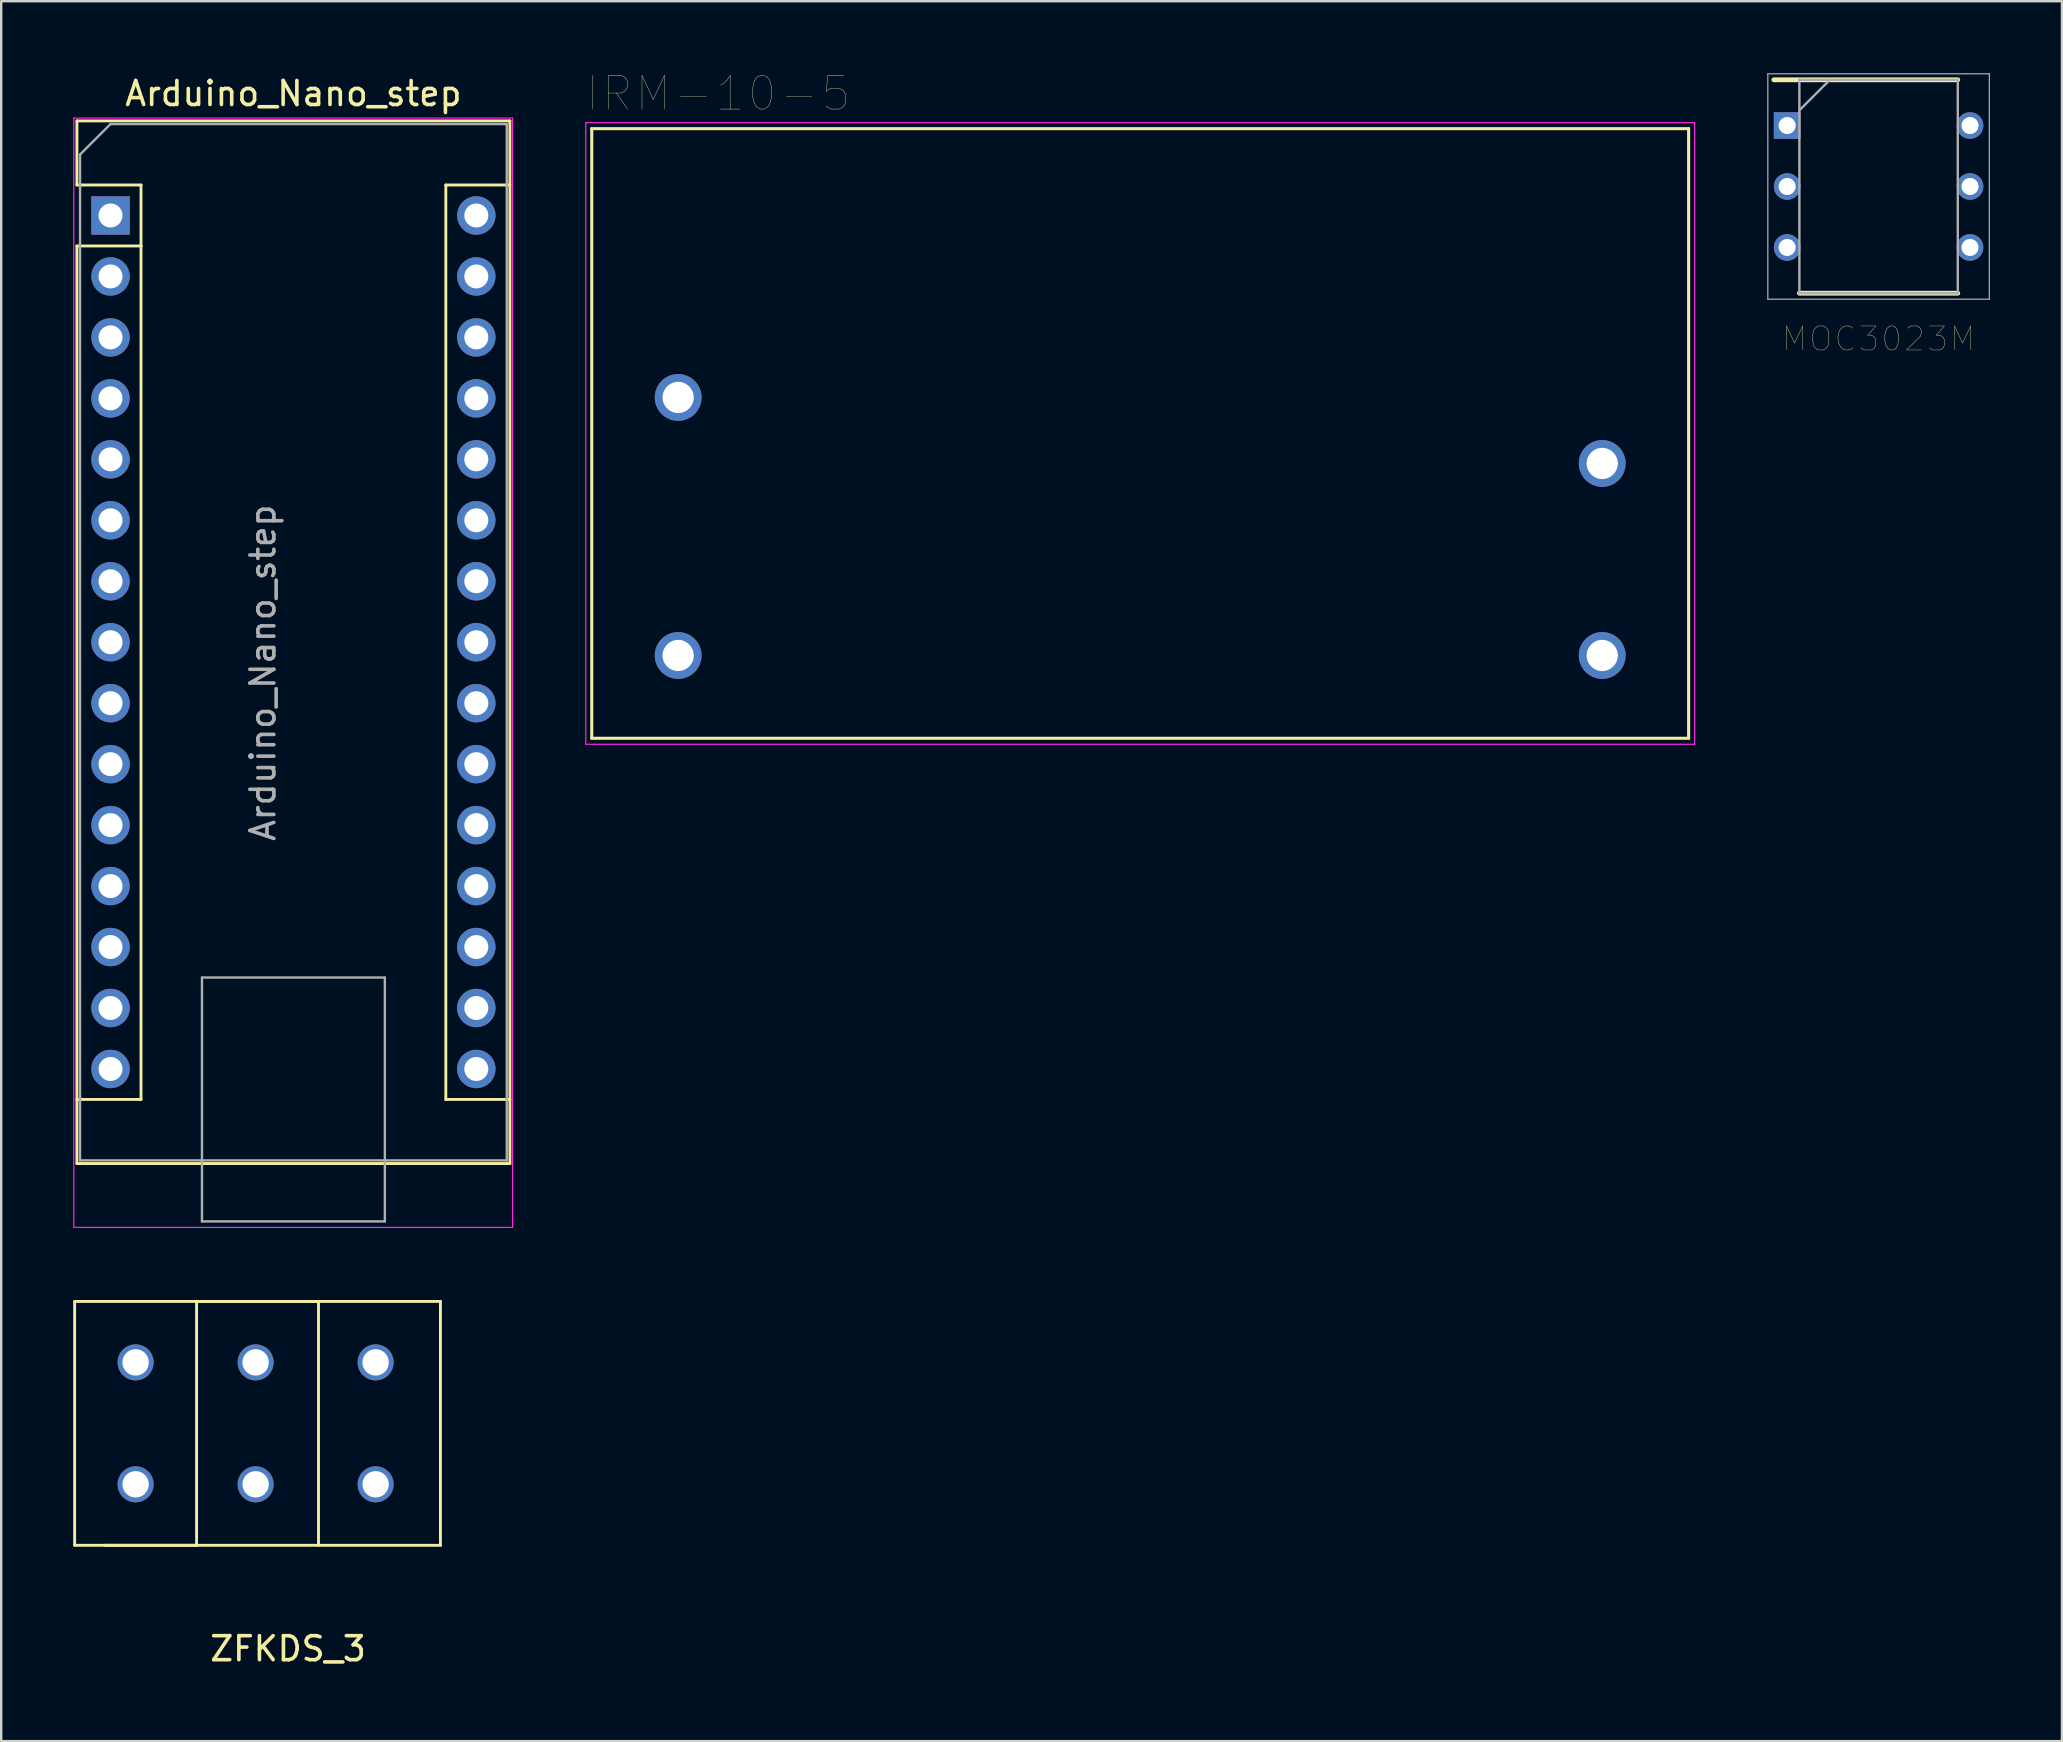
<source format=kicad_pcb>
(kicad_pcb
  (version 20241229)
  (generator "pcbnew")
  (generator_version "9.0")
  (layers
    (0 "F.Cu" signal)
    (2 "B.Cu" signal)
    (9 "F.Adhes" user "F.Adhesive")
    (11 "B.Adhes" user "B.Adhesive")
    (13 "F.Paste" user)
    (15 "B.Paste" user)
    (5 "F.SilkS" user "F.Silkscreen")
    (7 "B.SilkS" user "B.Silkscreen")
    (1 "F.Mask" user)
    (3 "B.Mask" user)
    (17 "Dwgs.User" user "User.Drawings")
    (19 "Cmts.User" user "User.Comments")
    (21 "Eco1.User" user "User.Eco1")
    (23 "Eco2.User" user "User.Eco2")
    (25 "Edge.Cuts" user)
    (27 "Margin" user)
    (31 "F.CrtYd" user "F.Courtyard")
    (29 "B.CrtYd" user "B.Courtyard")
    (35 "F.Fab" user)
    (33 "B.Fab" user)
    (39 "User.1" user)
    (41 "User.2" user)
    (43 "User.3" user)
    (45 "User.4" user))
  (footprint "Arduino_Nano_step"
    (layer "F.Cu")
    (at 1.555 5.928)
    (property "Reference" "Arduino_Nano_step" (at 7.62 -5.08 0) (layer "F.SilkS") (effects (font (size 1 1) (thickness 0.15))))
    (attr through_hole)
    (fp_line (start -1.4 -3.94) (end -1.4 -1.27) (stroke (width 0.12) (type solid)) (layer "F.SilkS"))
    (fp_line (start -1.4 1.27) (end -1.4 39.5) (stroke (width 0.12) (type solid)) (layer "F.SilkS"))
    (fp_line (start -1.4 39.5) (end 16.64 39.5) (stroke (width 0.12) (type solid)) (layer "F.SilkS"))
    (fp_line (start 1.27 -1.27) (end -1.4 -1.27) (stroke (width 0.12) (type solid)) (layer "F.SilkS"))
    (fp_line (start 1.27 1.27) (end -1.4 1.27) (stroke (width 0.12) (type solid)) (layer "F.SilkS"))
    (fp_line (start 1.27 1.27) (end 1.27 -1.27) (stroke (width 0.12) (type solid)) (layer "F.SilkS"))
    (fp_line (start 1.27 1.27) (end 1.27 36.83) (stroke (width 0.12) (type solid)) (layer "F.SilkS"))
    (fp_line (start 1.27 36.83) (end -1.4 36.83) (stroke (width 0.12) (type solid)) (layer "F.SilkS"))
    (fp_line (start 13.97 -1.27) (end 13.97 36.83) (stroke (width 0.12) (type solid)) (layer "F.SilkS"))
    (fp_line (start 13.97 -1.27) (end 16.64 -1.27) (stroke (width 0.12) (type solid)) (layer "F.SilkS"))
    (fp_line (start 13.97 36.83) (end 16.64 36.83) (stroke (width 0.12) (type solid)) (layer "F.SilkS"))
    (fp_line (start 16.64 -3.94) (end -1.4 -3.94) (stroke (width 0.12) (type solid)) (layer "F.SilkS"))
    (fp_line (start 16.64 39.5) (end 16.64 -3.94) (stroke (width 0.12) (type solid)) (layer "F.SilkS"))
    (fp_line (start -1.53 -4.06) (end -1.53 42.16) (stroke (width 0.05) (type solid)) (layer "F.CrtYd"))
    (fp_line (start -1.53 -4.06) (end 16.75 -4.06) (stroke (width 0.05) (type solid)) (layer "F.CrtYd"))
    (fp_line (start 16.75 42.16) (end -1.53 42.16) (stroke (width 0.05) (type solid)) (layer "F.CrtYd"))
    (fp_line (start 16.75 42.16) (end 16.75 -4.06) (stroke (width 0.05) (type solid)) (layer "F.CrtYd"))
    (fp_line (start -1.27 -2.54) (end 0 -3.81) (stroke (width 0.1) (type solid)) (layer "F.Fab"))
    (fp_line (start -1.27 39.37) (end -1.27 -2.54) (stroke (width 0.1) (type solid)) (layer "F.Fab"))
    (fp_line (start 0 -3.81) (end 16.51 -3.81) (stroke (width 0.1) (type solid)) (layer "F.Fab"))
    (fp_line (start 3.81 31.75) (end 11.43 31.75) (stroke (width 0.1) (type solid)) (layer "F.Fab"))
    (fp_line (start 3.81 41.91) (end 3.81 31.75) (stroke (width 0.1) (type solid)) (layer "F.Fab"))
    (fp_line (start 11.43 31.75) (end 11.43 41.91) (stroke (width 0.1) (type solid)) (layer "F.Fab"))
    (fp_line (start 11.43 41.91) (end 3.81 41.91) (stroke (width 0.1) (type solid)) (layer "F.Fab"))
    (fp_line (start 16.51 -3.81) (end 16.51 39.37) (stroke (width 0.1) (type solid)) (layer "F.Fab"))
    (fp_line (start 16.51 39.37) (end -1.27 39.37) (stroke (width 0.1) (type solid)) (layer "F.Fab"))
    (fp_text user "${REFERENCE}" (at 6.35 19.05 90) (layer "F.Fab") (effects (font (size 1 1) (thickness 0.15))))
    (pad "1" thru_hole rect (at 0 0) (size 1.6 1.6) (drill 1) (layers "*.Cu" "*.Mask"))
    (pad "2" thru_hole oval (at 0 2.54) (size 1.6 1.6) (drill 1) (layers "*.Cu" "*.Mask"))
    (pad "3" thru_hole oval (at 0 5.08) (size 1.6 1.6) (drill 1) (layers "*.Cu" "*.Mask"))
    (pad "4" thru_hole oval (at 0 7.62) (size 1.6 1.6) (drill 1) (layers "*.Cu" "*.Mask"))
    (pad "5" thru_hole oval (at 0 10.16) (size 1.6 1.6) (drill 1) (layers "*.Cu" "*.Mask"))
    (pad "6" thru_hole oval (at 0 12.7) (size 1.6 1.6) (drill 1) (layers "*.Cu" "*.Mask"))
    (pad "7" thru_hole oval (at 0 15.24) (size 1.6 1.6) (drill 1) (layers "*.Cu" "*.Mask"))
    (pad "8" thru_hole oval (at 0 17.78) (size 1.6 1.6) (drill 1) (layers "*.Cu" "*.Mask"))
    (pad "9" thru_hole oval (at 0 20.32) (size 1.6 1.6) (drill 1) (layers "*.Cu" "*.Mask"))
    (pad "10" thru_hole oval (at 0 22.86) (size 1.6 1.6) (drill 1) (layers "*.Cu" "*.Mask"))
    (pad "11" thru_hole oval (at 0 25.4) (size 1.6 1.6) (drill 1) (layers "*.Cu" "*.Mask"))
    (pad "12" thru_hole oval (at 0 27.94) (size 1.6 1.6) (drill 1) (layers "*.Cu" "*.Mask"))
    (pad "13" thru_hole oval (at 0 30.48) (size 1.6 1.6) (drill 1) (layers "*.Cu" "*.Mask"))
    (pad "14" thru_hole oval (at 0 33.02) (size 1.6 1.6) (drill 1) (layers "*.Cu" "*.Mask"))
    (pad "15" thru_hole oval (at 0 35.56) (size 1.6 1.6) (drill 1) (layers "*.Cu" "*.Mask"))
    (pad "16" thru_hole oval (at 15.24 35.56) (size 1.6 1.6) (drill 1) (layers "*.Cu" "*.Mask"))
    (pad "17" thru_hole oval (at 15.24 33.02) (size 1.6 1.6) (drill 1) (layers "*.Cu" "*.Mask"))
    (pad "18" thru_hole oval (at 15.24 30.48) (size 1.6 1.6) (drill 1) (layers "*.Cu" "*.Mask"))
    (pad "19" thru_hole oval (at 15.24 27.94) (size 1.6 1.6) (drill 1) (layers "*.Cu" "*.Mask"))
    (pad "20" thru_hole oval (at 15.24 25.4) (size 1.6 1.6) (drill 1) (layers "*.Cu" "*.Mask"))
    (pad "21" thru_hole oval (at 15.24 22.86) (size 1.6 1.6) (drill 1) (layers "*.Cu" "*.Mask"))
    (pad "22" thru_hole oval (at 15.24 20.32) (size 1.6 1.6) (drill 1) (layers "*.Cu" "*.Mask"))
    (pad "23" thru_hole oval (at 15.24 17.78) (size 1.6 1.6) (drill 1) (layers "*.Cu" "*.Mask"))
    (pad "24" thru_hole oval (at 15.24 15.24) (size 1.6 1.6) (drill 1) (layers "*.Cu" "*.Mask"))
    (pad "25" thru_hole oval (at 15.24 12.7) (size 1.6 1.6) (drill 1) (layers "*.Cu" "*.Mask"))
    (pad "26" thru_hole oval (at 15.24 10.16) (size 1.6 1.6) (drill 1) (layers "*.Cu" "*.Mask"))
    (pad "27" thru_hole oval (at 15.24 7.62) (size 1.6 1.6) (drill 1) (layers "*.Cu" "*.Mask"))
    (pad "28" thru_hole oval (at 15.24 5.08) (size 1.6 1.6) (drill 1) (layers "*.Cu" "*.Mask"))
    (pad "29" thru_hole oval (at 15.24 2.54) (size 1.6 1.6) (drill 1) (layers "*.Cu" "*.Mask"))
    (pad "30" thru_hole oval (at 15.24 0) (size 1.6 1.6) (drill 1) (layers "*.Cu" "*.Mask")))
  (footprint "MOC3023M"
    (layer "F.Cu")
    (at 75.22 4.72)
    (property "Reference" "MOC3023M" (at 0 6.35 0) (layer "F.SilkS") (effects (font (size 1 1) (thickness 0.015))))
    (attr through_hole)
    (fp_line (start -4.365 -4.445) (end 3.3 -4.445) (stroke (width 0.2) (type solid)) (layer "F.SilkS"))
    (fp_line (start -3.3 4.445) (end 3.3 4.445) (stroke (width 0.2) (type solid)) (layer "F.SilkS"))
    (fp_line (start -4.615 -4.695) (end 4.615 -4.695) (stroke (width 0.05) (type solid)) (layer "F.Fab"))
    (fp_line (start -4.615 4.695) (end -4.615 -4.695) (stroke (width 0.05) (type solid)) (layer "F.Fab"))
    (fp_line (start -3.3 -4.445) (end 3.3 -4.445) (stroke (width 0.1) (type solid)) (layer "F.Fab"))
    (fp_line (start -3.3 -3.175) (end -2.03 -4.445) (stroke (width 0.1) (type solid)) (layer "F.Fab"))
    (fp_line (start -3.3 4.445) (end -3.3 -4.445) (stroke (width 0.1) (type solid)) (layer "F.Fab"))
    (fp_line (start 3.3 -4.445) (end 3.3 4.445) (stroke (width 0.1) (type solid)) (layer "F.Fab"))
    (fp_line (start 3.3 4.445) (end -3.3 4.445) (stroke (width 0.1) (type solid)) (layer "F.Fab"))
    (fp_line (start 4.615 -4.695) (end 4.615 4.695) (stroke (width 0.05) (type solid)) (layer "F.Fab"))
    (fp_line (start 4.615 4.695) (end -4.615 4.695) (stroke (width 0.05) (type solid)) (layer "F.Fab"))
    (pad "1" thru_hole rect (at -3.81 -2.54) (size 1.11 1.11) (drill 0.71) (layers "*.Cu" "*.Mask"))
    (pad "2" thru_hole circle (at -3.81 0) (size 1.11 1.11) (drill 0.71) (layers "*.Cu" "*.Mask"))
    (pad "3" thru_hole circle (at -3.81 2.54) (size 1.11 1.11) (drill 0.71) (layers "*.Cu" "*.Mask"))
    (pad "4" thru_hole circle (at 3.81 2.54) (size 1.11 1.11) (drill 0.71) (layers "*.Cu" "*.Mask"))
    (pad "5" thru_hole circle (at 3.81 0) (size 1.11 1.11) (drill 0.71) (layers "*.Cu" "*.Mask"))
    (pad "6" thru_hole circle (at 3.81 -2.54) (size 1.11 1.11) (drill 0.71) (layers "*.Cu" "*.Mask")))
  (footprint "IRM-10-5"
    (layer "F.Cu")
    (at 44.455 15.01)
    (property "Reference" "IRM-10-5" (at -17.585 -14.164 0) (layer "F.SilkS") (effects (font (size 1.402 1.402) (thickness 0.015))))
    (attr through_hole)
    (fp_line (start -22.85 -12.7) (end 22.85 -12.7) (stroke (width 0.127) (type solid)) (layer "F.SilkS"))
    (fp_line (start -22.85 12.7) (end -22.85 -12.7) (stroke (width 0.127) (type solid)) (layer "F.SilkS"))
    (fp_line (start 22.85 -12.7) (end 22.85 12.7) (stroke (width 0.127) (type solid)) (layer "F.SilkS"))
    (fp_line (start 22.85 12.7) (end -22.85 12.7) (stroke (width 0.127) (type solid)) (layer "F.SilkS"))
    (fp_line (start -23.1 -12.95) (end 23.1 -12.95) (stroke (width 0.05) (type solid)) (layer "F.CrtYd"))
    (fp_line (start -23.1 12.95) (end -23.1 -12.95) (stroke (width 0.05) (type solid)) (layer "F.CrtYd"))
    (fp_line (start 23.1 -12.95) (end 23.1 12.95) (stroke (width 0.05) (type solid)) (layer "F.CrtYd"))
    (fp_line (start 23.1 12.95) (end -23.1 12.95) (stroke (width 0.05) (type solid)) (layer "F.CrtYd"))
    (pad "1" thru_hole circle (at -19.25 -1.5) (size 1.95 1.95) (drill 1.3) (layers "*.Cu" "*.Mask"))
    (pad "2" thru_hole circle (at -19.25 9.25) (size 1.95 1.95) (drill 1.3) (layers "*.Cu" "*.Mask"))
    (pad "3" thru_hole circle (at 19.25 9.25) (size 1.95 1.95) (drill 1.3) (layers "*.Cu" "*.Mask"))
    (pad "4" thru_hole circle (at 19.25 1.25) (size 1.95 1.95) (drill 1.3) (layers "*.Cu" "*.Mask")))
  (footprint "ZFKDS_3"
    (layer "F.Cu")
    (at 2.6 53.713)
    (property "Reference" "ZFKDS_3" (at 6.35 11.93 0) (layer "F.SilkS") (effects (font (size 1 1) (thickness 0.15))))
    (attr through_hole)
    (fp_line (start -2.54 -2.54) (end 12.7 -2.54) (stroke (width 0.12) (type solid)) (layer "F.SilkS"))
    (fp_line (start -2.54 7.62) (end -2.54 -2.54) (stroke (width 0.12) (type solid)) (layer "F.SilkS"))
    (fp_line (start -1.27 7.62) (end -2.54 7.62) (stroke (width 0.12) (type solid)) (layer "F.SilkS"))
    (fp_line (start -1.27 7.62) (end 2.54 7.62) (stroke (width 0.12) (type solid)) (layer "F.SilkS"))
    (fp_line (start 2.54 -2.54) (end 7.62 -2.54) (stroke (width 0.12) (type solid)) (layer "F.SilkS"))
    (fp_line (start 2.54 7.62) (end 2.54 -2.54) (stroke (width 0.12) (type solid)) (layer "F.SilkS"))
    (fp_line (start 7.62 -2.54) (end 7.62 7.62) (stroke (width 0.12) (type solid)) (layer "F.SilkS"))
    (fp_line (start 12.7 -2.54) (end 12.7 7.62) (stroke (width 0.12) (type solid)) (layer "F.SilkS"))
    (fp_line (start 12.7 7.62) (end -1.27 7.62) (stroke (width 0.12) (type solid)) (layer "F.SilkS"))
    (pad "1" thru_hole circle (at 0 0) (size 1.5 1.5) (drill 1.1) (layers "*.Cu" "*.Mask"))
    (pad "2" thru_hole circle (at 0 5.08) (size 1.5 1.5) (drill 1.1) (layers "*.Cu" "*.Mask"))
    (pad "3" thru_hole circle (at 5 0) (size 1.5 1.5) (drill 1.1) (layers "*.Cu" "*.Mask"))
    (pad "4" thru_hole circle (at 5 5.08) (size 1.5 1.5) (drill 1.1) (layers "*.Cu" "*.Mask"))
    (pad "5" thru_hole circle (at 10 0) (size 1.5 1.5) (drill 1.1) (layers "*.Cu" "*.Mask"))
    (pad "6" thru_hole circle (at 10 5.08) (size 1.5 1.5) (drill 1.1) (layers "*.Cu" "*.Mask")))
  (gr_rect
    (start -3 -3)
    (end 82.86 69.492)
    (stroke (width 0.1) (type default))
    (fill no)
    (layer "Edge.Cuts")))
</source>
